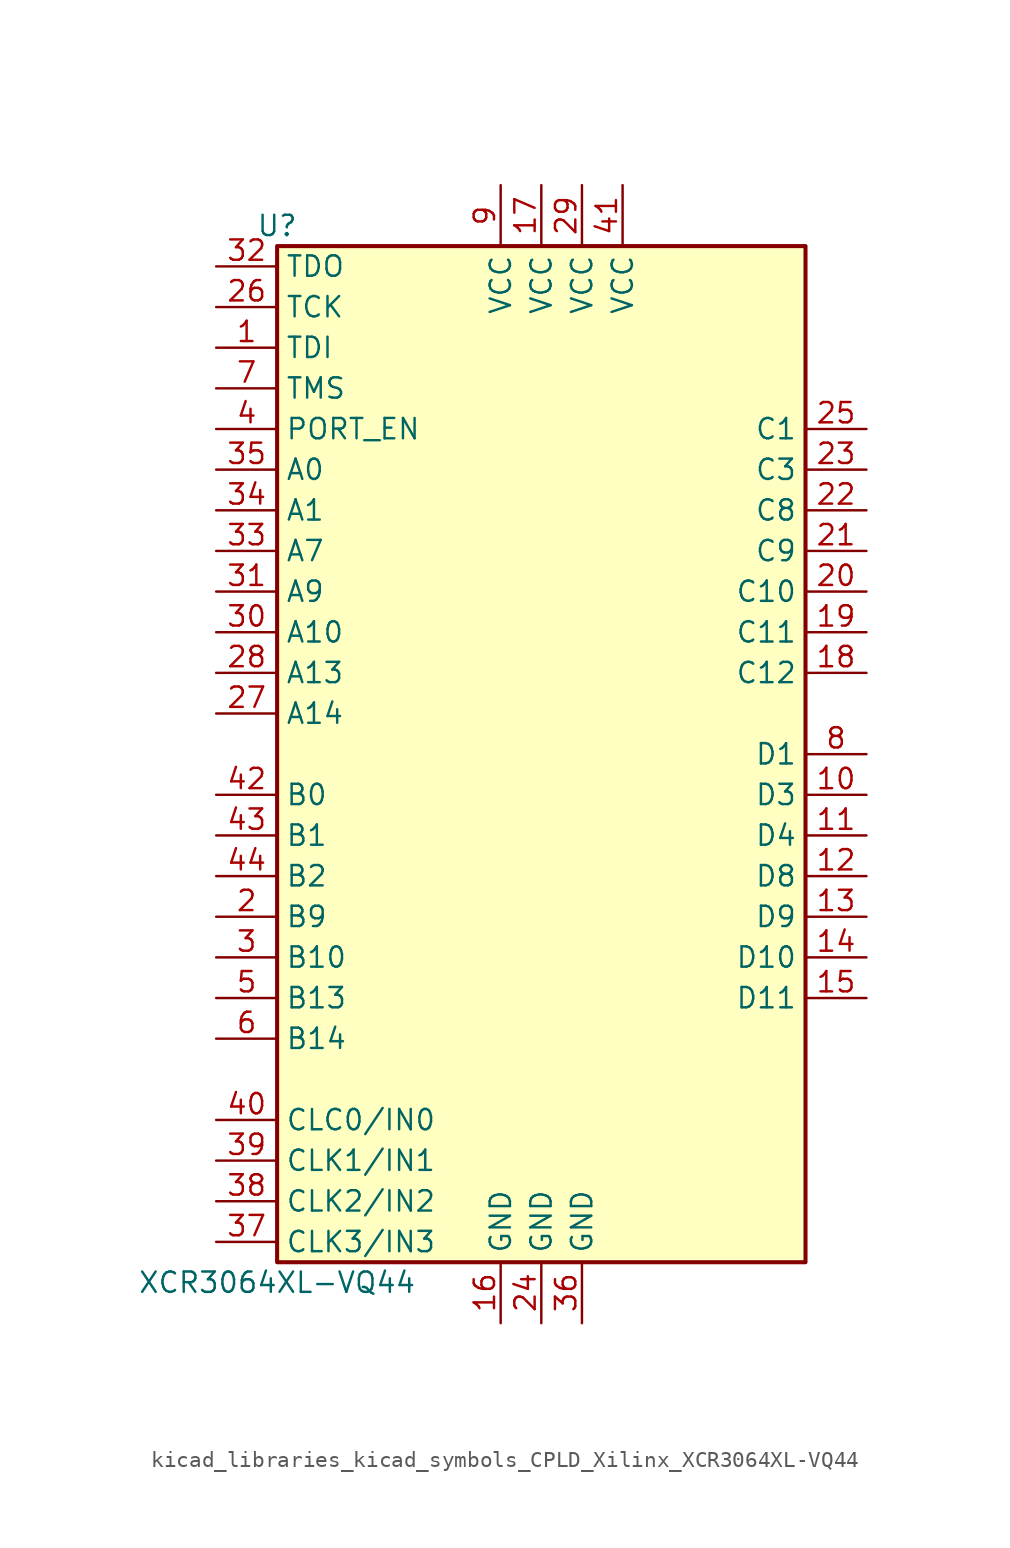
<source format=kicad_sym>
(kicad_symbol_lib
  (version 20220914)
  (generator kicad_symbol_editor)
  (symbol "kicad_libraries_kicad_symbols_CPLD_Xilinx_XCR3064XL-VQ44"
    (property "Reference" "U"
      (at -16.51 33.02 0)
      (effects (font (size 1.27 1.27))))
    (property "Value" "XCR3064XL-VQ44"
      (at -16.51 -33.02 0)
      (effects (font (size 1.27 1.27))))
    (symbol "kicad_libraries_kicad_symbols_CPLD_Xilinx_XCR3064XL-VQ44_1_1"
      (rectangle (start -16.51 31.75) (end 16.51 -31.75) (stroke (width 0.254) (type default)) (fill (type background)))
      (pin passive line (at -20.32 25.4 0) (length 3.81) (name "TDI" (effects (font (size 1.27 1.27)))) (number "1" (effects (font (size 1.27 1.27)))))
      (pin passive line (at 20.32 -2.54 180) (length 3.81) (name "D3" (effects (font (size 1.27 1.27)))) (number "10" (effects (font (size 1.27 1.27)))))
      (pin passive line (at 20.32 -5.08 180) (length 3.81) (name "D4" (effects (font (size 1.27 1.27)))) (number "11" (effects (font (size 1.27 1.27)))))
      (pin passive line (at 20.32 -7.62 180) (length 3.81) (name "D8" (effects (font (size 1.27 1.27)))) (number "12" (effects (font (size 1.27 1.27)))))
      (pin passive line (at 20.32 -10.16 180) (length 3.81) (name "D9" (effects (font (size 1.27 1.27)))) (number "13" (effects (font (size 1.27 1.27)))))
      (pin passive line (at 20.32 -12.7 180) (length 3.81) (name "D10" (effects (font (size 1.27 1.27)))) (number "14" (effects (font (size 1.27 1.27)))))
      (pin passive line (at 20.32 -15.24 180) (length 3.81) (name "D11" (effects (font (size 1.27 1.27)))) (number "15" (effects (font (size 1.27 1.27)))))
      (pin power_in line (at -2.54 -35.56 90) (length 3.81) (name "GND" (effects (font (size 1.27 1.27)))) (number "16" (effects (font (size 1.27 1.27)))))
      (pin power_in line (at 0 35.56 270) (length 3.81) (name "VCC" (effects (font (size 1.27 1.27)))) (number "17" (effects (font (size 1.27 1.27)))))
      (pin passive line (at 20.32 5.08 180) (length 3.81) (name "C12" (effects (font (size 1.27 1.27)))) (number "18" (effects (font (size 1.27 1.27)))))
      (pin passive line (at 20.32 7.62 180) (length 3.81) (name "C11" (effects (font (size 1.27 1.27)))) (number "19" (effects (font (size 1.27 1.27)))))
      (pin passive line (at -20.32 -10.16 0) (length 3.81) (name "B9" (effects (font (size 1.27 1.27)))) (number "2" (effects (font (size 1.27 1.27)))))
      (pin passive line (at 20.32 10.16 180) (length 3.81) (name "C10" (effects (font (size 1.27 1.27)))) (number "20" (effects (font (size 1.27 1.27)))))
      (pin passive line (at 20.32 12.7 180) (length 3.81) (name "C9" (effects (font (size 1.27 1.27)))) (number "21" (effects (font (size 1.27 1.27)))))
      (pin passive line (at 20.32 15.24 180) (length 3.81) (name "C8" (effects (font (size 1.27 1.27)))) (number "22" (effects (font (size 1.27 1.27)))))
      (pin passive line (at 20.32 17.78 180) (length 3.81) (name "C3" (effects (font (size 1.27 1.27)))) (number "23" (effects (font (size 1.27 1.27)))))
      (pin power_in line (at 0 -35.56 90) (length 3.81) (name "GND" (effects (font (size 1.27 1.27)))) (number "24" (effects (font (size 1.27 1.27)))))
      (pin passive line (at 20.32 20.32 180) (length 3.81) (name "C1" (effects (font (size 1.27 1.27)))) (number "25" (effects (font (size 1.27 1.27)))))
      (pin passive line (at -20.32 27.94 0) (length 3.81) (name "TCK" (effects (font (size 1.27 1.27)))) (number "26" (effects (font (size 1.27 1.27)))))
      (pin passive line (at -20.32 2.54 0) (length 3.81) (name "A14" (effects (font (size 1.27 1.27)))) (number "27" (effects (font (size 1.27 1.27)))))
      (pin passive line (at -20.32 5.08 0) (length 3.81) (name "A13" (effects (font (size 1.27 1.27)))) (number "28" (effects (font (size 1.27 1.27)))))
      (pin power_in line (at 2.54 35.56 270) (length 3.81) (name "VCC" (effects (font (size 1.27 1.27)))) (number "29" (effects (font (size 1.27 1.27)))))
      (pin passive line (at -20.32 -12.7 0) (length 3.81) (name "B10" (effects (font (size 1.27 1.27)))) (number "3" (effects (font (size 1.27 1.27)))))
      (pin passive line (at -20.32 7.62 0) (length 3.81) (name "A10" (effects (font (size 1.27 1.27)))) (number "30" (effects (font (size 1.27 1.27)))))
      (pin passive line (at -20.32 10.16 0) (length 3.81) (name "A9" (effects (font (size 1.27 1.27)))) (number "31" (effects (font (size 1.27 1.27)))))
      (pin passive line (at -20.32 30.48 0) (length 3.81) (name "TDO" (effects (font (size 1.27 1.27)))) (number "32" (effects (font (size 1.27 1.27)))))
      (pin passive line (at -20.32 12.7 0) (length 3.81) (name "A7" (effects (font (size 1.27 1.27)))) (number "33" (effects (font (size 1.27 1.27)))))
      (pin passive line (at -20.32 15.24 0) (length 3.81) (name "A1" (effects (font (size 1.27 1.27)))) (number "34" (effects (font (size 1.27 1.27)))))
      (pin passive line (at -20.32 17.78 0) (length 3.81) (name "A0" (effects (font (size 1.27 1.27)))) (number "35" (effects (font (size 1.27 1.27)))))
      (pin power_in line (at 2.54 -35.56 90) (length 3.81) (name "GND" (effects (font (size 1.27 1.27)))) (number "36" (effects (font (size 1.27 1.27)))))
      (pin input line (at -20.32 -30.48 0) (length 3.81) (name "CLK3/IN3" (effects (font (size 1.27 1.27)))) (number "37" (effects (font (size 1.27 1.27)))))
      (pin input line (at -20.32 -27.94 0) (length 3.81) (name "CLK2/IN2" (effects (font (size 1.27 1.27)))) (number "38" (effects (font (size 1.27 1.27)))))
      (pin input line (at -20.32 -25.4 0) (length 3.81) (name "CLK1/IN1" (effects (font (size 1.27 1.27)))) (number "39" (effects (font (size 1.27 1.27)))))
      (pin passive line (at -20.32 20.32 0) (length 3.81) (name "PORT_EN" (effects (font (size 1.27 1.27)))) (number "4" (effects (font (size 1.27 1.27)))))
      (pin input line (at -20.32 -22.86 0) (length 3.81) (name "CLC0/IN0" (effects (font (size 1.27 1.27)))) (number "40" (effects (font (size 1.27 1.27)))))
      (pin power_in line (at 5.08 35.56 270) (length 3.81) (name "VCC" (effects (font (size 1.27 1.27)))) (number "41" (effects (font (size 1.27 1.27)))))
      (pin passive line (at -20.32 -2.54 0) (length 3.81) (name "B0" (effects (font (size 1.27 1.27)))) (number "42" (effects (font (size 1.27 1.27)))))
      (pin passive line (at -20.32 -5.08 0) (length 3.81) (name "B1" (effects (font (size 1.27 1.27)))) (number "43" (effects (font (size 1.27 1.27)))))
      (pin passive line (at -20.32 -7.62 0) (length 3.81) (name "B2" (effects (font (size 1.27 1.27)))) (number "44" (effects (font (size 1.27 1.27)))))
      (pin passive line (at -20.32 -15.24 0) (length 3.81) (name "B13" (effects (font (size 1.27 1.27)))) (number "5" (effects (font (size 1.27 1.27)))))
      (pin passive line (at -20.32 -17.78 0) (length 3.81) (name "B14" (effects (font (size 1.27 1.27)))) (number "6" (effects (font (size 1.27 1.27)))))
      (pin passive line (at -20.32 22.86 0) (length 3.81) (name "TMS" (effects (font (size 1.27 1.27)))) (number "7" (effects (font (size 1.27 1.27)))))
      (pin passive line (at 20.32 0 180) (length 3.81) (name "D1" (effects (font (size 1.27 1.27)))) (number "8" (effects (font (size 1.27 1.27)))))
      (pin power_in line (at -2.54 35.56 270) (length 3.81) (name "VCC" (effects (font (size 1.27 1.27)))) (number "9" (effects (font (size 1.27 1.27))))))))
</source>
